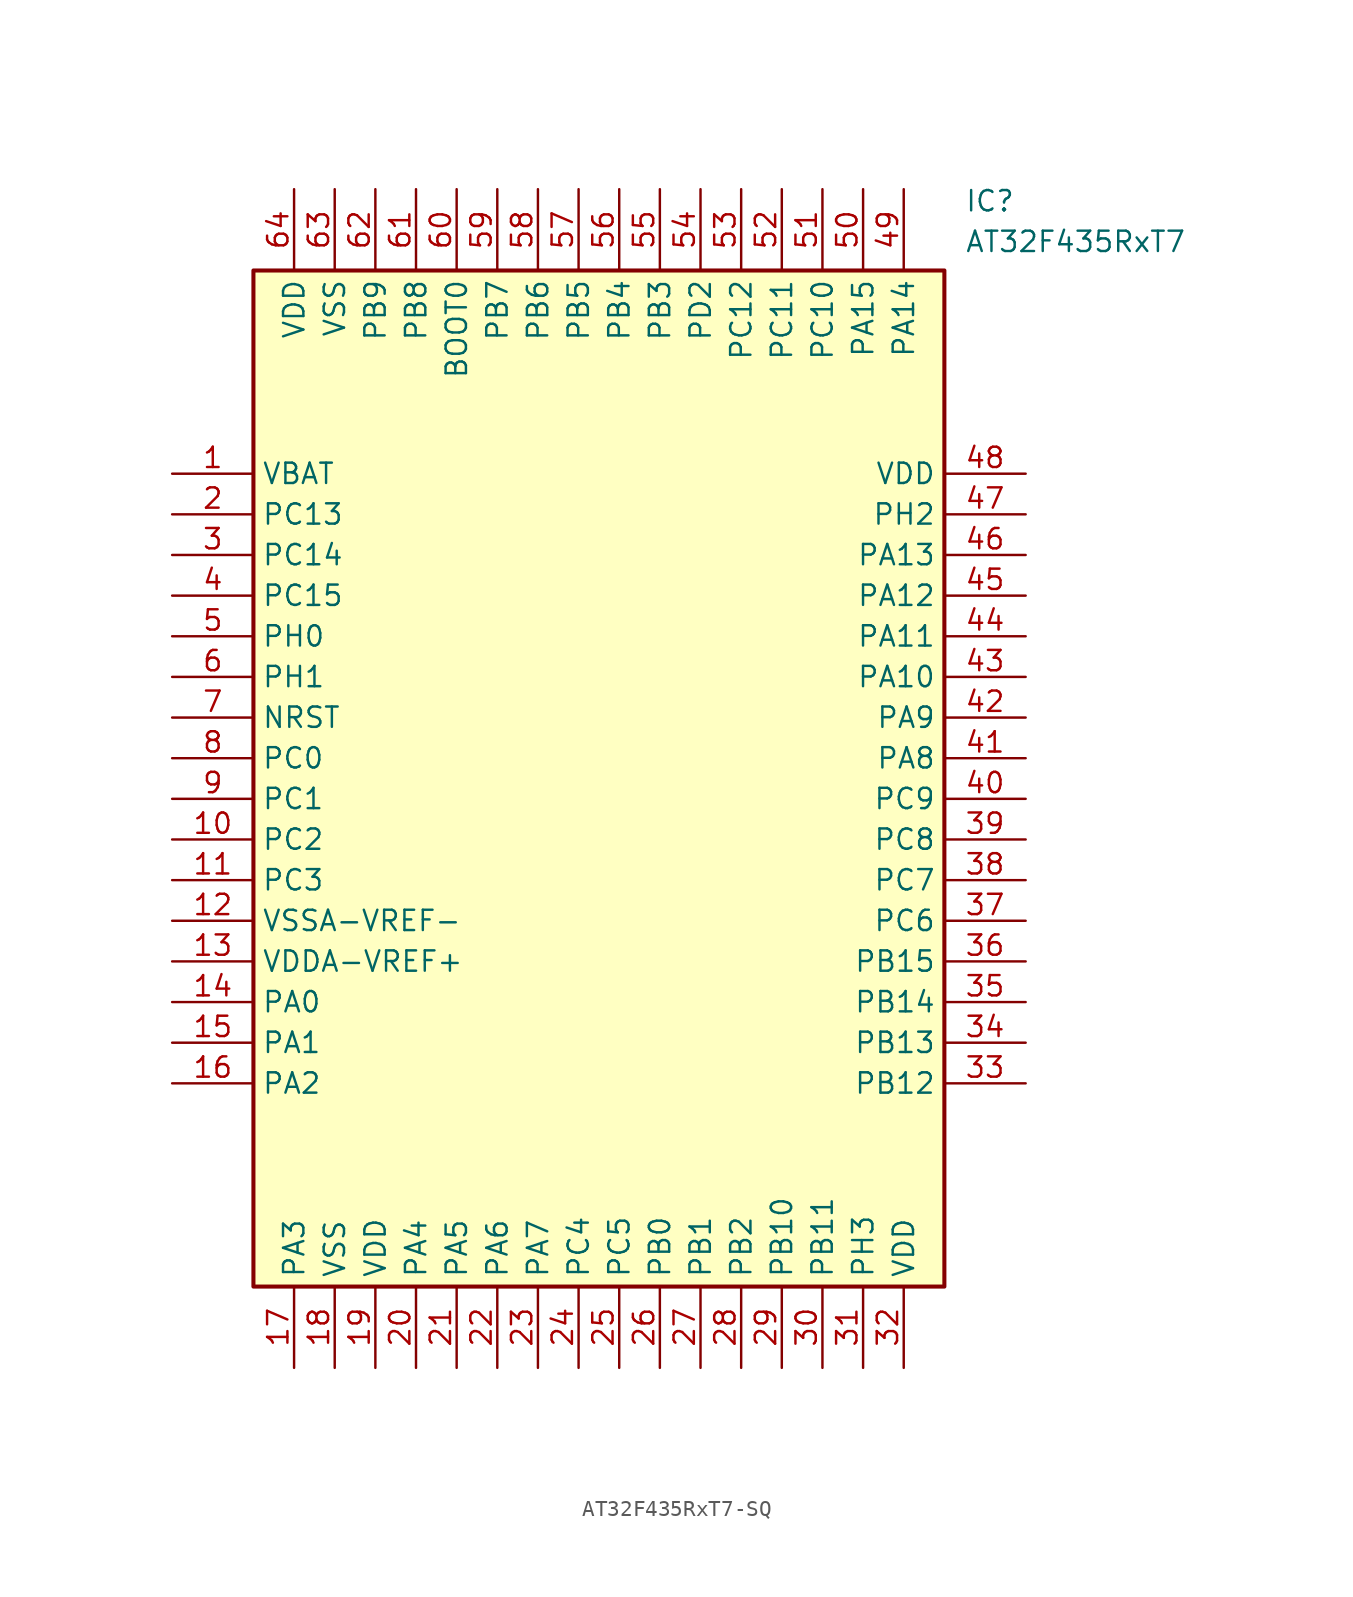
<source format=kicad_sym>
(kicad_symbol_lib
  (version 20231120)
  (generator "kicad_symbol_editor")
  (generator_version "8.0")
  (symbol "AT32F435RxT7-SQ"
    (property "Reference" "IC"
      (at 49.53 17.78 0)
      (effects (font (size 1.27 1.27)) (justify left top)))
    (property "Value" "AT32F435RxT7"
      (at 49.53 15.24 0)
      (effects (font (size 1.27 1.27)) (justify left top)))
    (rectangle
      (start 5.08 12.7)
      (end 48.26 -50.8)
      (stroke (width 0.254) (type default))
      (fill (type background)))
    (pin passive line
      (at 0 0 0)
      (length 5.08)
      (name "VBAT" (effects (font (size 1.27 1.27))))
      (number "1" (effects (font (size 1.27 1.27)))))
    (pin passive line
      (at 0 -2.54 0)
      (length 5.08)
      (name "PC13" (effects (font (size 1.27 1.27))))
      (number "2" (effects (font (size 1.27 1.27)))))
    (pin passive line
      (at 0 -5.08 0)
      (length 5.08)
      (name "PC14" (effects (font (size 1.27 1.27))))
      (number "3" (effects (font (size 1.27 1.27)))))
    (pin passive line
      (at 0 -7.62 0)
      (length 5.08)
      (name "PC15" (effects (font (size 1.27 1.27))))
      (number "4" (effects (font (size 1.27 1.27)))))
    (pin passive line
      (at 0 -10.16 0)
      (length 5.08)
      (name "PH0" (effects (font (size 1.27 1.27))))
      (number "5" (effects (font (size 1.27 1.27)))))
    (pin passive line
      (at 0 -12.7 0)
      (length 5.08)
      (name "PH1" (effects (font (size 1.27 1.27))))
      (number "6" (effects (font (size 1.27 1.27)))))
    (pin passive line
      (at 0 -15.24 0)
      (length 5.08)
      (name "NRST" (effects (font (size 1.27 1.27))))
      (number "7" (effects (font (size 1.27 1.27)))))
    (pin passive line
      (at 0 -17.78 0)
      (length 5.08)
      (name "PC0" (effects (font (size 1.27 1.27))))
      (number "8" (effects (font (size 1.27 1.27)))))
    (pin passive line
      (at 0 -20.32 0)
      (length 5.08)
      (name "PC1" (effects (font (size 1.27 1.27))))
      (number "9" (effects (font (size 1.27 1.27)))))
    (pin passive line
      (at 0 -22.86 0)
      (length 5.08)
      (name "PC2" (effects (font (size 1.27 1.27))))
      (number "10" (effects (font (size 1.27 1.27)))))
    (pin passive line
      (at 0 -25.4 0)
      (length 5.08)
      (name "PC3" (effects (font (size 1.27 1.27))))
      (number "11" (effects (font (size 1.27 1.27)))))
    (pin passive line
      (at 0 -27.94 0)
      (length 5.08)
      (name "VSSA-VREF-" (effects (font (size 1.27 1.27))))
      (number "12" (effects (font (size 1.27 1.27)))))
    (pin passive line
      (at 0 -30.48 0)
      (length 5.08)
      (name "VDDA-VREF+" (effects (font (size 1.27 1.27))))
      (number "13" (effects (font (size 1.27 1.27)))))
    (pin passive line
      (at 0 -33.02 0)
      (length 5.08)
      (name "PA0" (effects (font (size 1.27 1.27))))
      (number "14" (effects (font (size 1.27 1.27)))))
    (pin passive line
      (at 0 -35.56 0)
      (length 5.08)
      (name "PA1" (effects (font (size 1.27 1.27))))
      (number "15" (effects (font (size 1.27 1.27)))))
    (pin passive line
      (at 0 -38.1 0)
      (length 5.08)
      (name "PA2" (effects (font (size 1.27 1.27))))
      (number "16" (effects (font (size 1.27 1.27)))))
    (pin passive line
      (at 7.62 -55.88 90)
      (length 5.08)
      (name "PA3" (effects (font (size 1.27 1.27))))
      (number "17" (effects (font (size 1.27 1.27)))))
    (pin passive line
      (at 10.16 -55.88 90)
      (length 5.08)
      (name "VSS" (effects (font (size 1.27 1.27))))
      (number "18" (effects (font (size 1.27 1.27)))))
    (pin passive line
      (at 12.7 -55.88 90)
      (length 5.08)
      (name "VDD" (effects (font (size 1.27 1.27))))
      (number "19" (effects (font (size 1.27 1.27)))))
    (pin passive line
      (at 15.24 -55.88 90)
      (length 5.08)
      (name "PA4" (effects (font (size 1.27 1.27))))
      (number "20" (effects (font (size 1.27 1.27)))))
    (pin passive line
      (at 17.78 -55.88 90)
      (length 5.08)
      (name "PA5" (effects (font (size 1.27 1.27))))
      (number "21" (effects (font (size 1.27 1.27)))))
    (pin passive line
      (at 20.32 -55.88 90)
      (length 5.08)
      (name "PA6" (effects (font (size 1.27 1.27))))
      (number "22" (effects (font (size 1.27 1.27)))))
    (pin passive line
      (at 22.86 -55.88 90)
      (length 5.08)
      (name "PA7" (effects (font (size 1.27 1.27))))
      (number "23" (effects (font (size 1.27 1.27)))))
    (pin passive line
      (at 25.4 -55.88 90)
      (length 5.08)
      (name "PC4" (effects (font (size 1.27 1.27))))
      (number "24" (effects (font (size 1.27 1.27)))))
    (pin passive line
      (at 27.94 -55.88 90)
      (length 5.08)
      (name "PC5" (effects (font (size 1.27 1.27))))
      (number "25" (effects (font (size 1.27 1.27)))))
    (pin passive line
      (at 30.48 -55.88 90)
      (length 5.08)
      (name "PB0" (effects (font (size 1.27 1.27))))
      (number "26" (effects (font (size 1.27 1.27)))))
    (pin passive line
      (at 33.02 -55.88 90)
      (length 5.08)
      (name "PB1" (effects (font (size 1.27 1.27))))
      (number "27" (effects (font (size 1.27 1.27)))))
    (pin passive line
      (at 35.56 -55.88 90)
      (length 5.08)
      (name "PB2" (effects (font (size 1.27 1.27))))
      (number "28" (effects (font (size 1.27 1.27)))))
    (pin passive line
      (at 38.1 -55.88 90)
      (length 5.08)
      (name "PB10" (effects (font (size 1.27 1.27))))
      (number "29" (effects (font (size 1.27 1.27)))))
    (pin passive line
      (at 40.64 -55.88 90)
      (length 5.08)
      (name "PB11" (effects (font (size 1.27 1.27))))
      (number "30" (effects (font (size 1.27 1.27)))))
    (pin passive line
      (at 43.18 -55.88 90)
      (length 5.08)
      (name "PH3" (effects (font (size 1.27 1.27))))
      (number "31" (effects (font (size 1.27 1.27)))))
    (pin passive line
      (at 45.72 -55.88 90)
      (length 5.08)
      (name "VDD" (effects (font (size 1.27 1.27))))
      (number "32" (effects (font (size 1.27 1.27)))))
    (pin passive line
      (at 53.34 0 180)
      (length 5.08)
      (name "VDD" (effects (font (size 1.27 1.27))))
      (number "48" (effects (font (size 1.27 1.27)))))
    (pin passive line
      (at 53.34 -2.54 180)
      (length 5.08)
      (name "PH2" (effects (font (size 1.27 1.27))))
      (number "47" (effects (font (size 1.27 1.27)))))
    (pin passive line
      (at 53.34 -5.08 180)
      (length 5.08)
      (name "PA13" (effects (font (size 1.27 1.27))))
      (number "46" (effects (font (size 1.27 1.27)))))
    (pin passive line
      (at 53.34 -7.62 180)
      (length 5.08)
      (name "PA12" (effects (font (size 1.27 1.27))))
      (number "45" (effects (font (size 1.27 1.27)))))
    (pin passive line
      (at 53.34 -10.16 180)
      (length 5.08)
      (name "PA11" (effects (font (size 1.27 1.27))))
      (number "44" (effects (font (size 1.27 1.27)))))
    (pin passive line
      (at 53.34 -12.7 180)
      (length 5.08)
      (name "PA10" (effects (font (size 1.27 1.27))))
      (number "43" (effects (font (size 1.27 1.27)))))
    (pin passive line
      (at 53.34 -15.24 180)
      (length 5.08)
      (name "PA9" (effects (font (size 1.27 1.27))))
      (number "42" (effects (font (size 1.27 1.27)))))
    (pin passive line
      (at 53.34 -17.78 180)
      (length 5.08)
      (name "PA8" (effects (font (size 1.27 1.27))))
      (number "41" (effects (font (size 1.27 1.27)))))
    (pin passive line
      (at 53.34 -20.32 180)
      (length 5.08)
      (name "PC9" (effects (font (size 1.27 1.27))))
      (number "40" (effects (font (size 1.27 1.27)))))
    (pin passive line
      (at 53.34 -22.86 180)
      (length 5.08)
      (name "PC8" (effects (font (size 1.27 1.27))))
      (number "39" (effects (font (size 1.27 1.27)))))
    (pin passive line
      (at 53.34 -25.4 180)
      (length 5.08)
      (name "PC7" (effects (font (size 1.27 1.27))))
      (number "38" (effects (font (size 1.27 1.27)))))
    (pin passive line
      (at 53.34 -27.94 180)
      (length 5.08)
      (name "PC6" (effects (font (size 1.27 1.27))))
      (number "37" (effects (font (size 1.27 1.27)))))
    (pin passive line
      (at 53.34 -30.48 180)
      (length 5.08)
      (name "PB15" (effects (font (size 1.27 1.27))))
      (number "36" (effects (font (size 1.27 1.27)))))
    (pin passive line
      (at 53.34 -33.02 180)
      (length 5.08)
      (name "PB14" (effects (font (size 1.27 1.27))))
      (number "35" (effects (font (size 1.27 1.27)))))
    (pin passive line
      (at 53.34 -35.56 180)
      (length 5.08)
      (name "PB13" (effects (font (size 1.27 1.27))))
      (number "34" (effects (font (size 1.27 1.27)))))
    (pin passive line
      (at 53.34 -38.1 180)
      (length 5.08)
      (name "PB12" (effects (font (size 1.27 1.27))))
      (number "33" (effects (font (size 1.27 1.27)))))
    (pin passive line
      (at 7.62 17.78 270)
      (length 5.08)
      (name "VDD" (effects (font (size 1.27 1.27))))
      (number "64" (effects (font (size 1.27 1.27)))))
    (pin passive line
      (at 10.16 17.78 270)
      (length 5.08)
      (name "VSS" (effects (font (size 1.27 1.27))))
      (number "63" (effects (font (size 1.27 1.27)))))
    (pin passive line
      (at 12.7 17.78 270)
      (length 5.08)
      (name "PB9" (effects (font (size 1.27 1.27))))
      (number "62" (effects (font (size 1.27 1.27)))))
    (pin passive line
      (at 15.24 17.78 270)
      (length 5.08)
      (name "PB8" (effects (font (size 1.27 1.27))))
      (number "61" (effects (font (size 1.27 1.27)))))
    (pin passive line
      (at 17.78 17.78 270)
      (length 5.08)
      (name "BOOT0" (effects (font (size 1.27 1.27))))
      (number "60" (effects (font (size 1.27 1.27)))))
    (pin passive line
      (at 20.32 17.78 270)
      (length 5.08)
      (name "PB7" (effects (font (size 1.27 1.27))))
      (number "59" (effects (font (size 1.27 1.27)))))
    (pin passive line
      (at 22.86 17.78 270)
      (length 5.08)
      (name "PB6" (effects (font (size 1.27 1.27))))
      (number "58" (effects (font (size 1.27 1.27)))))
    (pin passive line
      (at 25.4 17.78 270)
      (length 5.08)
      (name "PB5" (effects (font (size 1.27 1.27))))
      (number "57" (effects (font (size 1.27 1.27)))))
    (pin passive line
      (at 27.94 17.78 270)
      (length 5.08)
      (name "PB4" (effects (font (size 1.27 1.27))))
      (number "56" (effects (font (size 1.27 1.27)))))
    (pin passive line
      (at 30.48 17.78 270)
      (length 5.08)
      (name "PB3" (effects (font (size 1.27 1.27))))
      (number "55" (effects (font (size 1.27 1.27)))))
    (pin passive line
      (at 33.02 17.78 270)
      (length 5.08)
      (name "PD2" (effects (font (size 1.27 1.27))))
      (number "54" (effects (font (size 1.27 1.27)))))
    (pin passive line
      (at 35.56 17.78 270)
      (length 5.08)
      (name "PC12" (effects (font (size 1.27 1.27))))
      (number "53" (effects (font (size 1.27 1.27)))))
    (pin passive line
      (at 38.1 17.78 270)
      (length 5.08)
      (name "PC11" (effects (font (size 1.27 1.27))))
      (number "52" (effects (font (size 1.27 1.27)))))
    (pin passive line
      (at 40.64 17.78 270)
      (length 5.08)
      (name "PC10" (effects (font (size 1.27 1.27))))
      (number "51" (effects (font (size 1.27 1.27)))))
    (pin passive line
      (at 43.18 17.78 270)
      (length 5.08)
      (name "PA15" (effects (font (size 1.27 1.27))))
      (number "50" (effects (font (size 1.27 1.27)))))
    (pin passive line
      (at 45.72 17.78 270)
      (length 5.08)
      (name "PA14" (effects (font (size 1.27 1.27))))
      (number "49" (effects (font (size 1.27 1.27)))))))
</source>
